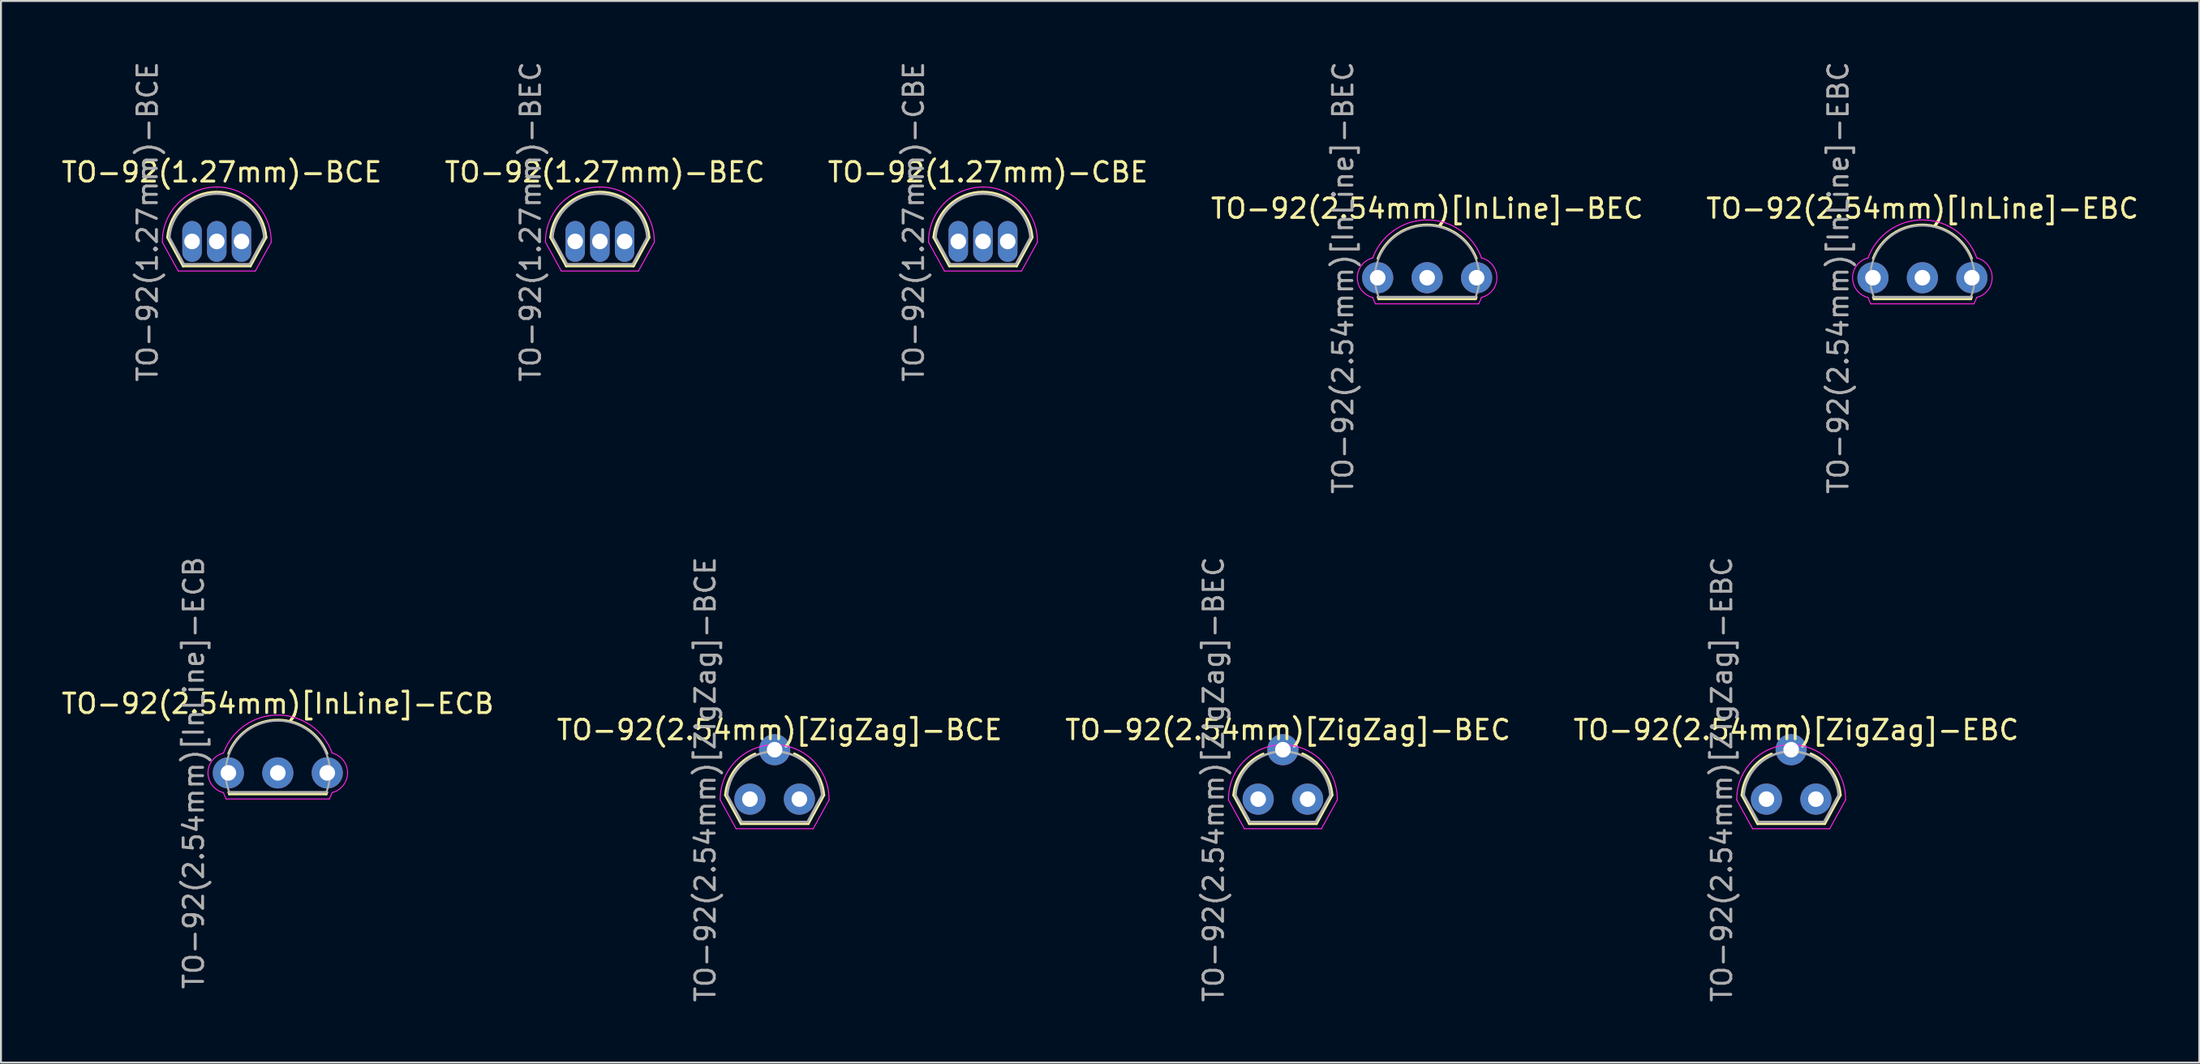
<source format=kicad_pcb>
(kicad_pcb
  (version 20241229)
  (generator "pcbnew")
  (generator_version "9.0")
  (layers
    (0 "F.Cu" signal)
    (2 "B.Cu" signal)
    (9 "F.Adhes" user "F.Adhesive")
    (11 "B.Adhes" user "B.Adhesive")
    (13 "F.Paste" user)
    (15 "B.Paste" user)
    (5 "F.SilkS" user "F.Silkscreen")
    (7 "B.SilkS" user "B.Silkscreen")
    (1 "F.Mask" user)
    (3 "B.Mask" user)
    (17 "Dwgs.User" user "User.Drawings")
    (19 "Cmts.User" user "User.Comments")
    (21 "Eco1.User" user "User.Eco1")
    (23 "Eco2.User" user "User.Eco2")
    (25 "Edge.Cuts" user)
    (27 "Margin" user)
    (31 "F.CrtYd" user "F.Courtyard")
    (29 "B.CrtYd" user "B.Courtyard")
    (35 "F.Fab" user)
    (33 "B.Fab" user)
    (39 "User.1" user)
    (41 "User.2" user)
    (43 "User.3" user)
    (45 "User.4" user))
  (footprint "TO-92(2.54mm)[ZigZag]-BCE"
    (layer "F.Cu")
    (at 36.74 38.01)
    (property "Reference" "TO-92(2.54mm)[ZigZag]-BCE" (at 0.254 -3.556 0) (unlocked yes) (layer "F.SilkS") (effects (font (size 1 1) (thickness 0.15))))
    (attr through_hole)
    (fp_line (start -1.73 1.27) (end -2.537 -0.206) (stroke (width 0.12) (type solid)) (layer "F.SilkS"))
    (fp_line (start 1.73 1.27) (end -1.73 1.27) (stroke (width 0.12) (type solid)) (layer "F.SilkS"))
    (fp_line (start 1.73 1.27) (end 2.537 -0.206) (stroke (width 0.12) (type solid)) (layer "F.SilkS"))
    (fp_arc (start -2.537006 -0.198217) (mid -2.067993 -1.476058) (end -1.007571 -2.329497) (stroke (width 0.12) (type solid)) (layer "F.SilkS"))
    (fp_arc (start 1.007571 -2.337458) (mid 2.067993 -1.48402) (end 2.537006 -0.206178) (stroke (width 0.12) (type solid)) (layer "F.SilkS"))
    (fp_line (start -1.98 1.52) (end -2.795 0.04) (stroke (width 0.05) (type solid)) (layer "F.CrtYd"))
    (fp_line (start 0 -2.545) (end 0 -2.795) (stroke (width 0.01) (type solid)) (layer "F.CrtYd"))
    (fp_line (start 1.98 1.52) (end -1.98 1.52) (stroke (width 0.05) (type solid)) (layer "F.CrtYd"))
    (fp_line (start 1.98 1.52) (end 2.795 0.04) (stroke (width 0.05) (type solid)) (layer "F.CrtYd"))
    (fp_arc (start -2.79537 0.04) (mid 0 -2.795656) (end 2.79537 0.04) (stroke (width 0.05) (type solid)) (layer "F.CrtYd"))
    (fp_line (start -1.69 1.17) (end -2.437 -0.206) (stroke (width 0.12) (type solid)) (layer "F.Fab"))
    (fp_line (start 1.69 1.17) (end -1.69 1.17) (stroke (width 0.12) (type solid)) (layer "F.Fab"))
    (fp_line (start 1.69 1.17) (end 2.437 -0.206) (stroke (width 0.12) (type solid)) (layer "F.Fab"))
    (fp_arc (start -2.437006 -0.206178) (mid 0 -2.453015) (end 2.437006 -0.206178) (stroke (width 0.12) (type solid)) (layer "F.Fab"))
    (fp_text user "${REFERENCE}" (at -3.556 -1.016 90) (unlocked yes) (layer "F.Fab") (effects (font (size 1 1) (thickness 0.15))))
    (pad "B" thru_hole circle (at -1.27 0) (size 1.6 1.6) (drill 0.8) (layers "*.Cu" "*.Mask"))
    (pad "C" thru_hole circle (at 0 -2.54) (size 1.6 1.6) (drill 0.8) (layers "*.Cu" "*.Mask"))
    (pad "E" thru_hole circle (at 1.27 0) (size 1.6 1.6) (drill 0.8) (layers "*.Cu" "*.Mask")))
  (footprint "TO-92(2.54mm)[InLine]-BEC"
    (layer "F.Cu")
    (at 70.256 11.22)
    (property "Reference" "TO-92(2.54mm)[InLine]-BEC" (at 0 -3.556 0) (unlocked yes) (layer "F.SilkS") (effects (font (size 1 1) (thickness 0.15))))
    (attr through_hole)
    (fp_line (start -2.492 1.092) (end -2.531 0.989) (stroke (width 0.12) (type solid)) (layer "F.SilkS"))
    (fp_line (start -2.492 1.092) (end 2.492 1.092) (stroke (width 0.12) (type solid)) (layer "F.SilkS"))
    (fp_line (start 2.492 1.092) (end 2.531 0.989) (stroke (width 0.12) (type solid)) (layer "F.SilkS"))
    (fp_arc (start -2.533425 -0.989193) (mid 0 -2.72062) (end 2.533425 -0.989193) (stroke (width 0.12) (type solid)) (layer "F.SilkS"))
    (fp_line (start -2.651 1.342) (end 2.651 1.342) (stroke (width 0.05) (type solid)) (layer "F.CrtYd"))
    (fp_arc (start -2.794 -1.016) (mid 0 -2.97127) (end 2.794 -1.016) (stroke (width 0.05) (type solid)) (layer "F.CrtYd"))
    (fp_arc (start -2.794 1.015999) (mid -3.587268 0) (end -2.794 -1.015999) (stroke (width 0.05) (type solid)) (layer "F.CrtYd"))
    (fp_arc (start -2.650999 1.342) (mid -2.726608 1.180833) (end -2.79243 1.015428) (stroke (width 0.05) (type solid)) (layer "F.CrtYd"))
    (fp_arc (start 2.7886 1.011598) (mid 2.722778 1.177003) (end 2.647169 1.33817) (stroke (width 0.05) (type solid)) (layer "F.CrtYd"))
    (fp_arc (start 2.79017 -1.019829) (mid 3.583438 -0.00383) (end 2.79017 1.012169) (stroke (width 0.05) (type solid)) (layer "F.CrtYd"))
    (fp_line (start -2.492 0.992) (end 2.492 0.992) (stroke (width 0.12) (type solid)) (layer "F.Fab"))
    (fp_arc (start -2.492 0.9922) (mid 0 -2.682261) (end 2.492 0.9922) (stroke (width 0.1) (type solid)) (layer "F.Fab"))
    (fp_text user "${REFERENCE}" (at -4.318 0 90) (unlocked yes) (layer "F.Fab") (effects (font (size 1 1) (thickness 0.15))))
    (pad "B" thru_hole circle (at -2.54 0) (size 1.6 1.6) (drill 0.8) (layers "*.Cu" "*.Mask"))
    (pad "C" thru_hole circle (at 2.54 0) (size 1.6 1.6) (drill 0.8) (layers "*.Cu" "*.Mask"))
    (pad "E" thru_hole circle (at 0 0) (size 1.6 1.6) (drill 0.8) (layers "*.Cu" "*.Mask")))
  (footprint "TO-92(1.27mm)-BEC"
    (layer "F.Cu")
    (at 27.764 9.355)
    (property "Reference" "TO-92(1.27mm)-BEC" (at 0.254 -3.556 0) (unlocked yes) (layer "F.SilkS") (effects (font (size 1 1) (thickness 0.15))))
    (attr through_hole)
    (fp_line (start -1.73 1.27) (end -2.537 -0.206) (stroke (width 0.12) (type solid)) (layer "F.SilkS"))
    (fp_line (start 1.73 1.27) (end -1.73 1.27) (stroke (width 0.12) (type solid)) (layer "F.SilkS"))
    (fp_line (start 1.73 1.27) (end 2.537 -0.206) (stroke (width 0.12) (type solid)) (layer "F.SilkS"))
    (fp_arc (start -2.537006 -0.206178) (mid 0 -2.54537) (end 2.537006 -0.206178) (stroke (width 0.12) (type solid)) (layer "F.SilkS"))
    (fp_line (start -1.98 1.52) (end -2.795 0.04) (stroke (width 0.05) (type solid)) (layer "F.CrtYd"))
    (fp_line (start 0 -2.545) (end 0 -2.795) (stroke (width 0.01) (type solid)) (layer "F.CrtYd"))
    (fp_line (start 1.98 1.52) (end -1.98 1.52) (stroke (width 0.05) (type solid)) (layer "F.CrtYd"))
    (fp_line (start 1.98 1.52) (end 2.795 0.04) (stroke (width 0.05) (type solid)) (layer "F.CrtYd"))
    (fp_arc (start -2.79537 0.04) (mid 0 -2.795656) (end 2.79537 0.04) (stroke (width 0.05) (type solid)) (layer "F.CrtYd"))
    (fp_line (start -1.69 1.17) (end -2.437 -0.206) (stroke (width 0.12) (type solid)) (layer "F.Fab"))
    (fp_line (start 1.69 1.17) (end -1.69 1.17) (stroke (width 0.12) (type solid)) (layer "F.Fab"))
    (fp_line (start 1.69 1.17) (end 2.437 -0.206) (stroke (width 0.12) (type solid)) (layer "F.Fab"))
    (fp_arc (start -2.437006 -0.206178) (mid 0 -2.453015) (end 2.437006 -0.206178) (stroke (width 0.12) (type solid)) (layer "F.Fab"))
    (fp_text user "${REFERENCE}" (at -3.556 -1.016 90) (unlocked yes) (layer "F.Fab") (effects (font (size 1 1) (thickness 0.15))))
    (pad "B" thru_hole oval (at -1.27 0) (size 1 2.1) (drill 0.8) (layers "*.Cu" "*.Mask"))
    (pad "C" thru_hole oval (at 1.27 0) (size 1 2.1) (drill 0.8) (layers "*.Cu" "*.Mask"))
    (pad "E" thru_hole oval (at 0 0) (size 1 2.1) (drill 0.8) (layers "*.Cu" "*.Mask")))
  (footprint "TO-92(2.54mm)[InLine]-ECB"
    (layer "F.Cu")
    (at 11.22 36.661)
    (property "Reference" "TO-92(2.54mm)[InLine]-ECB" (at 0 -3.556 0) (unlocked yes) (layer "F.SilkS") (effects (font (size 1 1) (thickness 0.15))))
    (attr through_hole)
    (fp_line (start -2.492 1.092) (end -2.531 0.989) (stroke (width 0.12) (type solid)) (layer "F.SilkS"))
    (fp_line (start -2.492 1.092) (end 2.492 1.092) (stroke (width 0.12) (type solid)) (layer "F.SilkS"))
    (fp_line (start 2.492 1.092) (end 2.531 0.989) (stroke (width 0.12) (type solid)) (layer "F.SilkS"))
    (fp_arc (start -2.533425 -0.989193) (mid 0 -2.72062) (end 2.533425 -0.989193) (stroke (width 0.12) (type solid)) (layer "F.SilkS"))
    (fp_line (start -2.651 1.342) (end 2.651 1.342) (stroke (width 0.05) (type solid)) (layer "F.CrtYd"))
    (fp_arc (start -2.794 -1.016) (mid 0 -2.97127) (end 2.794 -1.016) (stroke (width 0.05) (type solid)) (layer "F.CrtYd"))
    (fp_arc (start -2.794 1.015999) (mid -3.587268 0) (end -2.794 -1.015999) (stroke (width 0.05) (type solid)) (layer "F.CrtYd"))
    (fp_arc (start -2.650999 1.342) (mid -2.726608 1.180833) (end -2.79243 1.015428) (stroke (width 0.05) (type solid)) (layer "F.CrtYd"))
    (fp_arc (start 2.7886 1.011598) (mid 2.722778 1.177003) (end 2.647169 1.33817) (stroke (width 0.05) (type solid)) (layer "F.CrtYd"))
    (fp_arc (start 2.79017 -1.019829) (mid 3.583438 -0.00383) (end 2.79017 1.012169) (stroke (width 0.05) (type solid)) (layer "F.CrtYd"))
    (fp_line (start -2.492 0.992) (end 2.492 0.992) (stroke (width 0.12) (type solid)) (layer "F.Fab"))
    (fp_arc (start -2.492 0.9922) (mid 0 -2.682261) (end 2.492 0.9922) (stroke (width 0.1) (type solid)) (layer "F.Fab"))
    (fp_text user "${REFERENCE}" (at -4.318 0 90) (unlocked yes) (layer "F.Fab") (effects (font (size 1 1) (thickness 0.15))))
    (pad "B" thru_hole circle (at 2.54 0) (size 1.6 1.6) (drill 0.8) (layers "*.Cu" "*.Mask"))
    (pad "C" thru_hole circle (at 0 0) (size 1.6 1.6) (drill 0.8) (layers "*.Cu" "*.Mask"))
    (pad "E" thru_hole circle (at -2.54 0) (size 1.6 1.6) (drill 0.8) (layers "*.Cu" "*.Mask")))
  (footprint "TO-92(2.54mm)[InLine]-EBC"
    (layer "F.Cu")
    (at 95.696 11.22)
    (property "Reference" "TO-92(2.54mm)[InLine]-EBC" (at 0 -3.556 0) (unlocked yes) (layer "F.SilkS") (effects (font (size 1 1) (thickness 0.15))))
    (attr through_hole)
    (fp_line (start -2.492 1.092) (end -2.531 0.989) (stroke (width 0.12) (type solid)) (layer "F.SilkS"))
    (fp_line (start -2.492 1.092) (end 2.492 1.092) (stroke (width 0.12) (type solid)) (layer "F.SilkS"))
    (fp_line (start 2.492 1.092) (end 2.531 0.989) (stroke (width 0.12) (type solid)) (layer "F.SilkS"))
    (fp_arc (start -2.533425 -0.989193) (mid 0 -2.72062) (end 2.533425 -0.989193) (stroke (width 0.12) (type solid)) (layer "F.SilkS"))
    (fp_line (start -2.651 1.342) (end 2.651 1.342) (stroke (width 0.05) (type solid)) (layer "F.CrtYd"))
    (fp_arc (start -2.794 -1.016) (mid 0 -2.97127) (end 2.794 -1.016) (stroke (width 0.05) (type solid)) (layer "F.CrtYd"))
    (fp_arc (start -2.794 1.015999) (mid -3.587268 0) (end -2.794 -1.015999) (stroke (width 0.05) (type solid)) (layer "F.CrtYd"))
    (fp_arc (start -2.650999 1.342) (mid -2.726608 1.180833) (end -2.79243 1.015428) (stroke (width 0.05) (type solid)) (layer "F.CrtYd"))
    (fp_arc (start 2.7886 1.011598) (mid 2.722778 1.177003) (end 2.647169 1.33817) (stroke (width 0.05) (type solid)) (layer "F.CrtYd"))
    (fp_arc (start 2.79017 -1.019829) (mid 3.583438 -0.00383) (end 2.79017 1.012169) (stroke (width 0.05) (type solid)) (layer "F.CrtYd"))
    (fp_line (start -2.492 0.992) (end 2.492 0.992) (stroke (width 0.12) (type solid)) (layer "F.Fab"))
    (fp_arc (start -2.492 0.9922) (mid 0 -2.682261) (end 2.492 0.9922) (stroke (width 0.1) (type solid)) (layer "F.Fab"))
    (fp_text user "${REFERENCE}" (at -4.318 0 90) (unlocked yes) (layer "F.Fab") (effects (font (size 1 1) (thickness 0.15))))
    (pad "B" thru_hole circle (at 0 0) (size 1.6 1.6) (drill 0.8) (layers "*.Cu" "*.Mask"))
    (pad "C" thru_hole circle (at 2.54 0) (size 1.6 1.6) (drill 0.8) (layers "*.Cu" "*.Mask"))
    (pad "E" thru_hole circle (at -2.54 0) (size 1.6 1.6) (drill 0.8) (layers "*.Cu" "*.Mask")))
  (footprint "TO-92(2.54mm)[ZigZag]-EBC"
    (layer "F.Cu")
    (at 88.954 38.01)
    (property "Reference" "TO-92(2.54mm)[ZigZag]-EBC" (at 0.254 -3.556 0) (unlocked yes) (layer "F.SilkS") (effects (font (size 1 1) (thickness 0.15))))
    (attr through_hole)
    (fp_line (start -1.73 1.27) (end -2.537 -0.206) (stroke (width 0.12) (type solid)) (layer "F.SilkS"))
    (fp_line (start 1.73 1.27) (end -1.73 1.27) (stroke (width 0.12) (type solid)) (layer "F.SilkS"))
    (fp_line (start 1.73 1.27) (end 2.537 -0.206) (stroke (width 0.12) (type solid)) (layer "F.SilkS"))
    (fp_arc (start -2.537006 -0.198217) (mid -2.067993 -1.476058) (end -1.007571 -2.329497) (stroke (width 0.12) (type solid)) (layer "F.SilkS"))
    (fp_arc (start 1.007571 -2.337458) (mid 2.067993 -1.48402) (end 2.537006 -0.206178) (stroke (width 0.12) (type solid)) (layer "F.SilkS"))
    (fp_line (start -1.98 1.52) (end -2.795 0.04) (stroke (width 0.05) (type solid)) (layer "F.CrtYd"))
    (fp_line (start 0 -2.545) (end 0 -2.795) (stroke (width 0.01) (type solid)) (layer "F.CrtYd"))
    (fp_line (start 1.98 1.52) (end -1.98 1.52) (stroke (width 0.05) (type solid)) (layer "F.CrtYd"))
    (fp_line (start 1.98 1.52) (end 2.795 0.04) (stroke (width 0.05) (type solid)) (layer "F.CrtYd"))
    (fp_arc (start -2.79537 0.04) (mid 0 -2.795656) (end 2.79537 0.04) (stroke (width 0.05) (type solid)) (layer "F.CrtYd"))
    (fp_line (start -1.69 1.17) (end -2.437 -0.206) (stroke (width 0.12) (type solid)) (layer "F.Fab"))
    (fp_line (start 1.69 1.17) (end -1.69 1.17) (stroke (width 0.12) (type solid)) (layer "F.Fab"))
    (fp_line (start 1.69 1.17) (end 2.437 -0.206) (stroke (width 0.12) (type solid)) (layer "F.Fab"))
    (fp_arc (start -2.437006 -0.206178) (mid 0 -2.453015) (end 2.437006 -0.206178) (stroke (width 0.12) (type solid)) (layer "F.Fab"))
    (fp_text user "${REFERENCE}" (at -3.556 -1.016 90) (unlocked yes) (layer "F.Fab") (effects (font (size 1 1) (thickness 0.15))))
    (pad "B" thru_hole circle (at 0 -2.54) (size 1.6 1.6) (drill 0.8) (layers "*.Cu" "*.Mask"))
    (pad "C" thru_hole circle (at 1.27 0) (size 1.6 1.6) (drill 0.8) (layers "*.Cu" "*.Mask"))
    (pad "E" thru_hole circle (at -1.27 0) (size 1.6 1.6) (drill 0.8) (layers "*.Cu" "*.Mask")))
  (footprint "TO-92(2.54mm)[ZigZag]-BEC"
    (layer "F.Cu")
    (at 62.847 38.01)
    (property "Reference" "TO-92(2.54mm)[ZigZag]-BEC" (at 0.254 -3.556 0) (unlocked yes) (layer "F.SilkS") (effects (font (size 1 1) (thickness 0.15))))
    (attr through_hole)
    (fp_line (start -1.73 1.27) (end -2.537 -0.206) (stroke (width 0.12) (type solid)) (layer "F.SilkS"))
    (fp_line (start 1.73 1.27) (end -1.73 1.27) (stroke (width 0.12) (type solid)) (layer "F.SilkS"))
    (fp_line (start 1.73 1.27) (end 2.537 -0.206) (stroke (width 0.12) (type solid)) (layer "F.SilkS"))
    (fp_arc (start -2.537006 -0.198217) (mid -2.067993 -1.476058) (end -1.007571 -2.329497) (stroke (width 0.12) (type solid)) (layer "F.SilkS"))
    (fp_arc (start 1.007571 -2.337458) (mid 2.067993 -1.48402) (end 2.537006 -0.206178) (stroke (width 0.12) (type solid)) (layer "F.SilkS"))
    (fp_line (start -1.98 1.52) (end -2.795 0.04) (stroke (width 0.05) (type solid)) (layer "F.CrtYd"))
    (fp_line (start 0 -2.545) (end 0 -2.795) (stroke (width 0.01) (type solid)) (layer "F.CrtYd"))
    (fp_line (start 1.98 1.52) (end -1.98 1.52) (stroke (width 0.05) (type solid)) (layer "F.CrtYd"))
    (fp_line (start 1.98 1.52) (end 2.795 0.04) (stroke (width 0.05) (type solid)) (layer "F.CrtYd"))
    (fp_arc (start -2.79537 0.04) (mid 0 -2.795656) (end 2.79537 0.04) (stroke (width 0.05) (type solid)) (layer "F.CrtYd"))
    (fp_line (start -1.69 1.17) (end -2.437 -0.206) (stroke (width 0.12) (type solid)) (layer "F.Fab"))
    (fp_line (start 1.69 1.17) (end -1.69 1.17) (stroke (width 0.12) (type solid)) (layer "F.Fab"))
    (fp_line (start 1.69 1.17) (end 2.437 -0.206) (stroke (width 0.12) (type solid)) (layer "F.Fab"))
    (fp_arc (start -2.437006 -0.206178) (mid 0 -2.453015) (end 2.437006 -0.206178) (stroke (width 0.12) (type solid)) (layer "F.Fab"))
    (fp_text user "${REFERENCE}" (at -3.556 -1.016 90) (unlocked yes) (layer "F.Fab") (effects (font (size 1 1) (thickness 0.15))))
    (pad "B" thru_hole circle (at -1.27 0) (size 1.6 1.6) (drill 0.8) (layers "*.Cu" "*.Mask"))
    (pad "C" thru_hole circle (at 1.27 0) (size 1.6 1.6) (drill 0.8) (layers "*.Cu" "*.Mask"))
    (pad "E" thru_hole circle (at 0 -2.54) (size 1.6 1.6) (drill 0.8) (layers "*.Cu" "*.Mask")))
  (footprint "TO-92(1.27mm)-CBE"
    (layer "F.Cu")
    (at 47.442 9.355)
    (property "Reference" "TO-92(1.27mm)-CBE" (at 0.254 -3.556 0) (unlocked yes) (layer "F.SilkS") (effects (font (size 1 1) (thickness 0.15))))
    (attr through_hole)
    (fp_line (start -1.73 1.27) (end -2.537 -0.206) (stroke (width 0.12) (type solid)) (layer "F.SilkS"))
    (fp_line (start 1.73 1.27) (end -1.73 1.27) (stroke (width 0.12) (type solid)) (layer "F.SilkS"))
    (fp_line (start 1.73 1.27) (end 2.537 -0.206) (stroke (width 0.12) (type solid)) (layer "F.SilkS"))
    (fp_arc (start -2.537006 -0.206178) (mid 0 -2.54537) (end 2.537006 -0.206178) (stroke (width 0.12) (type solid)) (layer "F.SilkS"))
    (fp_line (start -1.98 1.52) (end -2.795 0.04) (stroke (width 0.05) (type solid)) (layer "F.CrtYd"))
    (fp_line (start 0 -2.545) (end 0 -2.795) (stroke (width 0.01) (type solid)) (layer "F.CrtYd"))
    (fp_line (start 1.98 1.52) (end -1.98 1.52) (stroke (width 0.05) (type solid)) (layer "F.CrtYd"))
    (fp_line (start 1.98 1.52) (end 2.795 0.04) (stroke (width 0.05) (type solid)) (layer "F.CrtYd"))
    (fp_arc (start -2.79537 0.04) (mid 0 -2.795656) (end 2.79537 0.04) (stroke (width 0.05) (type solid)) (layer "F.CrtYd"))
    (fp_line (start -1.69 1.17) (end -2.437 -0.206) (stroke (width 0.12) (type solid)) (layer "F.Fab"))
    (fp_line (start 1.69 1.17) (end -1.69 1.17) (stroke (width 0.12) (type solid)) (layer "F.Fab"))
    (fp_line (start 1.69 1.17) (end 2.437 -0.206) (stroke (width 0.12) (type solid)) (layer "F.Fab"))
    (fp_arc (start -2.437006 -0.206178) (mid 0 -2.453015) (end 2.437006 -0.206178) (stroke (width 0.12) (type solid)) (layer "F.Fab"))
    (fp_text user "${REFERENCE}" (at -3.556 -1.016 90) (unlocked yes) (layer "F.Fab") (effects (font (size 1 1) (thickness 0.15))))
    (pad "B" thru_hole oval (at 0 0) (size 1 2.1) (drill 0.8) (layers "*.Cu" "*.Mask"))
    (pad "C" thru_hole oval (at -1.27 0) (size 1 2.1) (drill 0.8) (layers "*.Cu" "*.Mask"))
    (pad "E" thru_hole oval (at 1.27 0) (size 1 2.1) (drill 0.8) (layers "*.Cu" "*.Mask")))
  (footprint "TO-92(1.27mm)-BCE"
    (layer "F.Cu")
    (at 8.085 9.355)
    (property "Reference" "TO-92(1.27mm)-BCE" (at 0.254 -3.556 0) (unlocked yes) (layer "F.SilkS") (effects (font (size 1 1) (thickness 0.15))))
    (attr through_hole)
    (fp_line (start -1.73 1.27) (end -2.537 -0.206) (stroke (width 0.12) (type solid)) (layer "F.SilkS"))
    (fp_line (start 1.73 1.27) (end -1.73 1.27) (stroke (width 0.12) (type solid)) (layer "F.SilkS"))
    (fp_line (start 1.73 1.27) (end 2.537 -0.206) (stroke (width 0.12) (type solid)) (layer "F.SilkS"))
    (fp_arc (start -2.537006 -0.206178) (mid 0 -2.54537) (end 2.537006 -0.206178) (stroke (width 0.12) (type solid)) (layer "F.SilkS"))
    (fp_line (start -1.98 1.52) (end -2.795 0.04) (stroke (width 0.05) (type solid)) (layer "F.CrtYd"))
    (fp_line (start 0 -2.545) (end 0 -2.795) (stroke (width 0.01) (type solid)) (layer "F.CrtYd"))
    (fp_line (start 1.98 1.52) (end -1.98 1.52) (stroke (width 0.05) (type solid)) (layer "F.CrtYd"))
    (fp_line (start 1.98 1.52) (end 2.795 0.04) (stroke (width 0.05) (type solid)) (layer "F.CrtYd"))
    (fp_arc (start -2.79537 0.04) (mid 0 -2.795656) (end 2.79537 0.04) (stroke (width 0.05) (type solid)) (layer "F.CrtYd"))
    (fp_line (start -1.69 1.17) (end -2.437 -0.206) (stroke (width 0.12) (type solid)) (layer "F.Fab"))
    (fp_line (start 1.69 1.17) (end -1.69 1.17) (stroke (width 0.12) (type solid)) (layer "F.Fab"))
    (fp_line (start 1.69 1.17) (end 2.437 -0.206) (stroke (width 0.12) (type solid)) (layer "F.Fab"))
    (fp_arc (start -2.437006 -0.206178) (mid 0 -2.453015) (end 2.437006 -0.206178) (stroke (width 0.12) (type solid)) (layer "F.Fab"))
    (fp_text user "${REFERENCE}" (at -3.556 -1.016 90) (unlocked yes) (layer "F.Fab") (effects (font (size 1 1) (thickness 0.15))))
    (pad "B" thru_hole oval (at -1.27 0) (size 1 2.1) (drill 0.8) (layers "*.Cu" "*.Mask"))
    (pad "C" thru_hole oval (at 0 0) (size 1 2.1) (drill 0.8) (layers "*.Cu" "*.Mask"))
    (pad "E" thru_hole oval (at 1.27 0) (size 1 2.1) (drill 0.8) (layers "*.Cu" "*.Mask")))
  (gr_rect
    (start -3 -3)
    (end 109.917 51.548)
    (stroke (width 0.1) (type default))
    (fill no)
    (layer "Edge.Cuts")))
</source>
